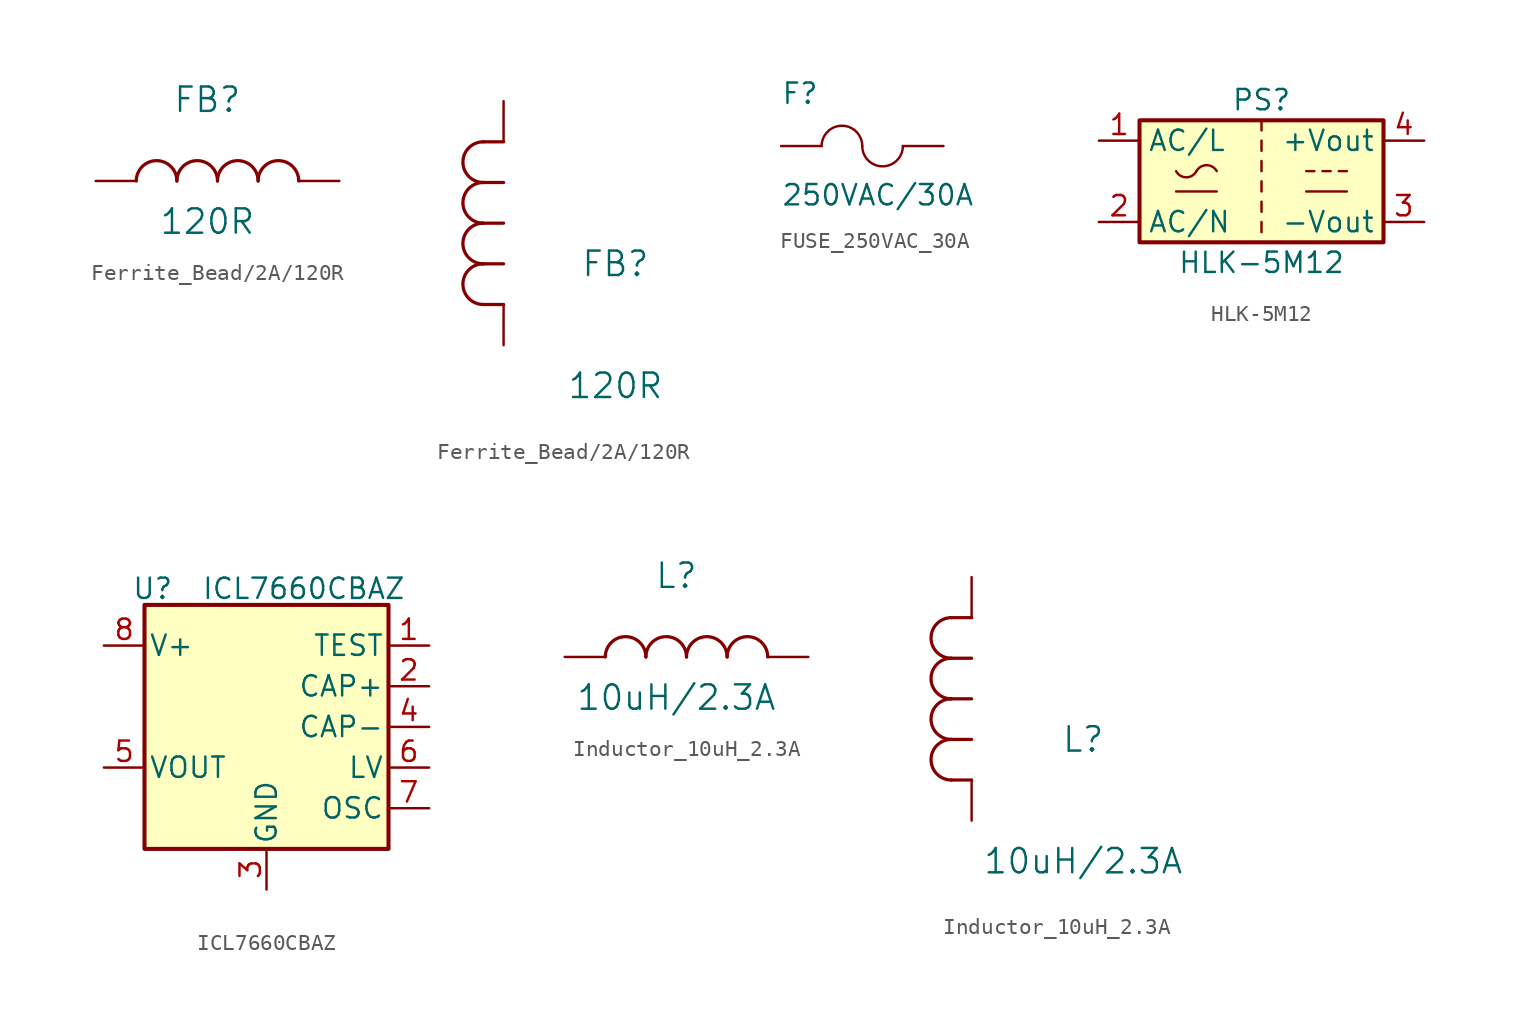
<source format=kicad_sym>
(kicad_symbol_lib
  (version 20231120)
  (generator "kicad_symbol_editor")
  (generator_version "8.0")
  (symbol "Ferrite_Bead/2A/120R"
    (pin_numbers hide)
    (pin_names
      (offset 0.254) hide)
    (property "Reference" "FB"
      (at 6.985 5.08 0)
      (effects (font (size 1.524 1.524))))
    (property "Value" "120R"
      (at 6.985 -2.54 0)
      (effects (font (size 1.524 1.524))))
    (symbol "Ferrite_Bead/2A/120R_1_1"
      (arc (start 5.08 0) (mid 3.81 1.2644) (end 2.54 0) (stroke (width 0.2032) (type default)) (fill (type none)))
      (arc (start 7.62 0) (mid 6.35 1.2644) (end 5.08 0) (stroke (width 0.2032) (type default)) (fill (type none)))
      (arc (start 10.16 0) (mid 8.89 1.2644) (end 7.62 0) (stroke (width 0.2032) (type default)) (fill (type none)))
      (arc (start 12.7 0) (mid 11.43 1.2644) (end 10.16 0) (stroke (width 0.2032) (type default)) (fill (type none)))
      (pin unspecified line (at 15.24 0 180) (length 2.54) (name "1" (effects (font (size 1.27 1.27)))) (number "1" (effects (font (size 1.27 1.27)))))
      (pin unspecified line (at 0 0 0) (length 2.54) (name "2" (effects (font (size 1.27 1.27)))) (number "2" (effects (font (size 1.27 1.27))))))
    (symbol "Ferrite_Bead/2A/120R_1_2"
      (arc (start -1.27 5.08) (mid -2.5344 3.81) (end -1.27 2.54) (stroke (width 0.2032) (type default)) (fill (type none)))
      (arc (start -1.27 7.62) (mid -2.5344 6.35) (end -1.27 5.08) (stroke (width 0.2032) (type default)) (fill (type none)))
      (arc (start -1.27 10.16) (mid -2.5344 8.89) (end -1.27 7.62) (stroke (width 0.2032) (type default)) (fill (type none)))
      (arc (start -1.27 12.7) (mid -2.5344 11.43) (end -1.27 10.16) (stroke (width 0.2032) (type default)) (fill (type none)))
      (polyline (pts (xy 0 2.54) (xy -1.27 2.54)) (stroke (width 0.203) (type default)) (fill (type none)))
      (polyline (pts (xy 0 5.08) (xy -1.27 5.08)) (stroke (width 0.203) (type default)) (fill (type none)))
      (polyline (pts (xy 0 7.62) (xy -1.27 7.62)) (stroke (width 0.203) (type default)) (fill (type none)))
      (polyline (pts (xy 0 10.16) (xy -1.27 10.16)) (stroke (width 0.203) (type default)) (fill (type none)))
      (polyline (pts (xy 0 12.7) (xy -1.27 12.7)) (stroke (width 0.203) (type default)) (fill (type none)))
      (pin unspecified line (at 0 15.24 270) (length 2.54) (name "1" (effects (font (size 1.27 1.27)))) (number "1" (effects (font (size 1.27 1.27)))))
      (pin unspecified line (at 0 0 90) (length 2.54) (name "2" (effects (font (size 1.27 1.27)))) (number "2" (effects (font (size 1.27 1.27)))))))
  (symbol "FUSE_250VAC_30A"
    (pin_numbers hide)
    (pin_names
      (offset 1.016) hide)
    (property "Reference" "F"
      (at -5.08 2.54 0)
      (effects (font (size 1.27 1.27)) (justify left bottom)))
    (property "Value" "250VAC/30A"
      (at -5.08 -3.81 0)
      (effects (font (size 1.27 1.27)) (justify left bottom)))
    (symbol "FUSE_250VAC_30A_0_0"
      (arc (start 0 0) (mid 1.27 -1.27) (end 2.54 0) (stroke (width 0.1524) (type default)) (fill (type none)))
      (pin passive line (at -5.08 0 0) (length 2.54) (name "~" (effects (font (size 1.016 1.016)))) (number "1" (effects (font (size 1.016 1.016)))))
      (pin passive line (at 5.08 0 180) (length 2.54) (name "~" (effects (font (size 1.016 1.016)))) (number "2" (effects (font (size 1.016 1.016))))))
    (symbol "FUSE_250VAC_30A_1_0"
      (arc (start 0 0) (mid -1.27 1.27) (end -2.54 0) (stroke (width 0.1524) (type default)) (fill (type none)))))
  (symbol "HLK-5M12"
    (property "Reference" "PS"
      (at 0 5.08 0)
      (effects (font (size 1.27 1.27))))
    (property "Value" "HLK-5M12"
      (at 0 -5.08 0)
      (effects (font (size 1.27 1.27))))
    (symbol "HLK-5M12_0_1"
      (rectangle (start -7.62 3.81) (end 7.62 -3.81) (stroke (width 0.254) (type default)) (fill (type background)))
      (arc (start -5.334 0.635) (mid -4.699 0.2495) (end -4.064 0.635) (stroke (width 0) (type default)) (fill (type none)))
      (arc (start -2.794 0.635) (mid -3.429 1.0072) (end -4.064 0.635) (stroke (width 0) (type default)) (fill (type none)))
      (polyline (pts (xy -5.334 -0.635) (xy -2.794 -0.635)) (stroke (width 0) (type default)) (fill (type none)))
      (polyline (pts (xy 0 -2.54) (xy 0 -3.175)) (stroke (width 0) (type default)) (fill (type none)))
      (polyline (pts (xy 0 -1.27) (xy 0 -1.905)) (stroke (width 0) (type default)) (fill (type none)))
      (polyline (pts (xy 0 0) (xy 0 -0.635)) (stroke (width 0) (type default)) (fill (type none)))
      (polyline (pts (xy 0 1.27) (xy 0 0.635)) (stroke (width 0) (type default)) (fill (type none)))
      (polyline (pts (xy 0 2.54) (xy 0 1.905)) (stroke (width 0) (type default)) (fill (type none)))
      (polyline (pts (xy 0 3.81) (xy 0 3.175)) (stroke (width 0) (type default)) (fill (type none)))
      (polyline (pts (xy 2.794 -0.635) (xy 5.334 -0.635)) (stroke (width 0) (type default)) (fill (type none)))
      (polyline (pts (xy 2.794 0.635) (xy 3.302 0.635)) (stroke (width 0) (type default)) (fill (type none)))
      (polyline (pts (xy 3.81 0.635) (xy 4.318 0.635)) (stroke (width 0) (type default)) (fill (type none)))
      (polyline (pts (xy 4.826 0.635) (xy 5.334 0.635)) (stroke (width 0) (type default)) (fill (type none))))
    (symbol "HLK-5M12_1_1"
      (pin power_in line (at -10.16 2.54 0) (length 2.54) (name "AC/L" (effects (font (size 1.27 1.27)))) (number "1" (effects (font (size 1.27 1.27)))))
      (pin power_in line (at -10.16 -2.54 0) (length 2.54) (name "AC/N" (effects (font (size 1.27 1.27)))) (number "2" (effects (font (size 1.27 1.27)))))
      (pin power_out line (at 10.16 -2.54 180) (length 2.54) (name "-Vout" (effects (font (size 1.27 1.27)))) (number "3" (effects (font (size 1.27 1.27)))))
      (pin power_out line (at 10.16 2.54 180) (length 2.54) (name "+Vout" (effects (font (size 1.27 1.27)))) (number "4" (effects (font (size 1.27 1.27)))))))
  (symbol "ICL7660CBAZ"
    (pin_names
      (offset 0.254))
    (property "Reference" "U"
      (at 0.508 16.256 0)
      (effects (font (size 1.27 1.27))))
    (property "Value" "ICL7660CBAZ"
      (at 3.556 16.256 0)
      (effects (font (size 1.27 1.27)) (justify left)))
    (symbol "ICL7660CBAZ_0_1"
      (rectangle (start 0 15.24) (end 15.24 0) (stroke (width 0.254) (type default)) (fill (type background))))
    (symbol "ICL7660CBAZ_1_1"
      (pin unspecified line (at 17.78 12.7 180) (length 2.54) (name "TEST" (effects (font (size 1.27 1.27)))) (number "1" (effects (font (size 1.27 1.27)))))
      (pin unspecified line (at 17.78 10.16 180) (length 2.54) (name "CAP+" (effects (font (size 1.27 1.27)))) (number "2" (effects (font (size 1.27 1.27)))))
      (pin unspecified line (at 7.62 -2.54 90) (length 2.54) (name "GND" (effects (font (size 1.27 1.27)))) (number "3" (effects (font (size 1.27 1.27)))))
      (pin unspecified line (at 17.78 7.62 180) (length 2.54) (name "CAP-" (effects (font (size 1.27 1.27)))) (number "4" (effects (font (size 1.27 1.27)))))
      (pin power_out line (at -2.54 5.08 0) (length 2.54) (name "VOUT" (effects (font (size 1.27 1.27)))) (number "5" (effects (font (size 1.27 1.27)))))
      (pin unspecified line (at 17.78 5.08 180) (length 2.54) (name "LV" (effects (font (size 1.27 1.27)))) (number "6" (effects (font (size 1.27 1.27)))))
      (pin unspecified line (at 17.78 2.54 180) (length 2.54) (name "OSC" (effects (font (size 1.27 1.27)))) (number "7" (effects (font (size 1.27 1.27)))))
      (pin power_in line (at -2.54 12.7 0) (length 2.54) (name "V+" (effects (font (size 1.27 1.27)))) (number "8" (effects (font (size 1.27 1.27)))))))
  (symbol "Inductor_10uH_2.3A"
    (pin_numbers hide)
    (pin_names
      (offset 0.254) hide)
    (property "Reference" "L"
      (at 6.985 5.08 0)
      (effects (font (size 1.524 1.524))))
    (property "Value" "10uH/2.3A"
      (at 6.985 -2.54 0)
      (effects (font (size 1.524 1.524))))
    (symbol "Inductor_10uH_2.3A_1_1"
      (arc (start 5.08 0) (mid 3.81 1.2644) (end 2.54 0) (stroke (width 0.2032) (type default)) (fill (type none)))
      (arc (start 7.62 0) (mid 6.35 1.2644) (end 5.08 0) (stroke (width 0.2032) (type default)) (fill (type none)))
      (arc (start 10.16 0) (mid 8.89 1.2644) (end 7.62 0) (stroke (width 0.2032) (type default)) (fill (type none)))
      (arc (start 12.7 0) (mid 11.43 1.2644) (end 10.16 0) (stroke (width 0.2032) (type default)) (fill (type none)))
      (pin unspecified line (at 15.24 0 180) (length 2.54) (name "1" (effects (font (size 1.27 1.27)))) (number "1" (effects (font (size 1.27 1.27)))))
      (pin unspecified line (at 0 0 0) (length 2.54) (name "2" (effects (font (size 1.27 1.27)))) (number "2" (effects (font (size 1.27 1.27))))))
    (symbol "Inductor_10uH_2.3A_1_2"
      (arc (start -1.27 5.08) (mid -2.5344 3.81) (end -1.27 2.54) (stroke (width 0.2032) (type default)) (fill (type none)))
      (arc (start -1.27 7.62) (mid -2.5344 6.35) (end -1.27 5.08) (stroke (width 0.2032) (type default)) (fill (type none)))
      (arc (start -1.27 10.16) (mid -2.5344 8.89) (end -1.27 7.62) (stroke (width 0.2032) (type default)) (fill (type none)))
      (arc (start -1.27 12.7) (mid -2.5344 11.43) (end -1.27 10.16) (stroke (width 0.2032) (type default)) (fill (type none)))
      (polyline (pts (xy 0 2.54) (xy -1.27 2.54)) (stroke (width 0.203) (type default)) (fill (type none)))
      (polyline (pts (xy 0 5.08) (xy -1.27 5.08)) (stroke (width 0.203) (type default)) (fill (type none)))
      (polyline (pts (xy 0 7.62) (xy -1.27 7.62)) (stroke (width 0.203) (type default)) (fill (type none)))
      (polyline (pts (xy 0 10.16) (xy -1.27 10.16)) (stroke (width 0.203) (type default)) (fill (type none)))
      (polyline (pts (xy 0 12.7) (xy -1.27 12.7)) (stroke (width 0.203) (type default)) (fill (type none)))
      (pin unspecified line (at 0 15.24 270) (length 2.54) (name "1" (effects (font (size 1.27 1.27)))) (number "1" (effects (font (size 1.27 1.27)))))
      (pin unspecified line (at 0 0 90) (length 2.54) (name "2" (effects (font (size 1.27 1.27)))) (number "2" (effects (font (size 1.27 1.27))))))))
</source>
